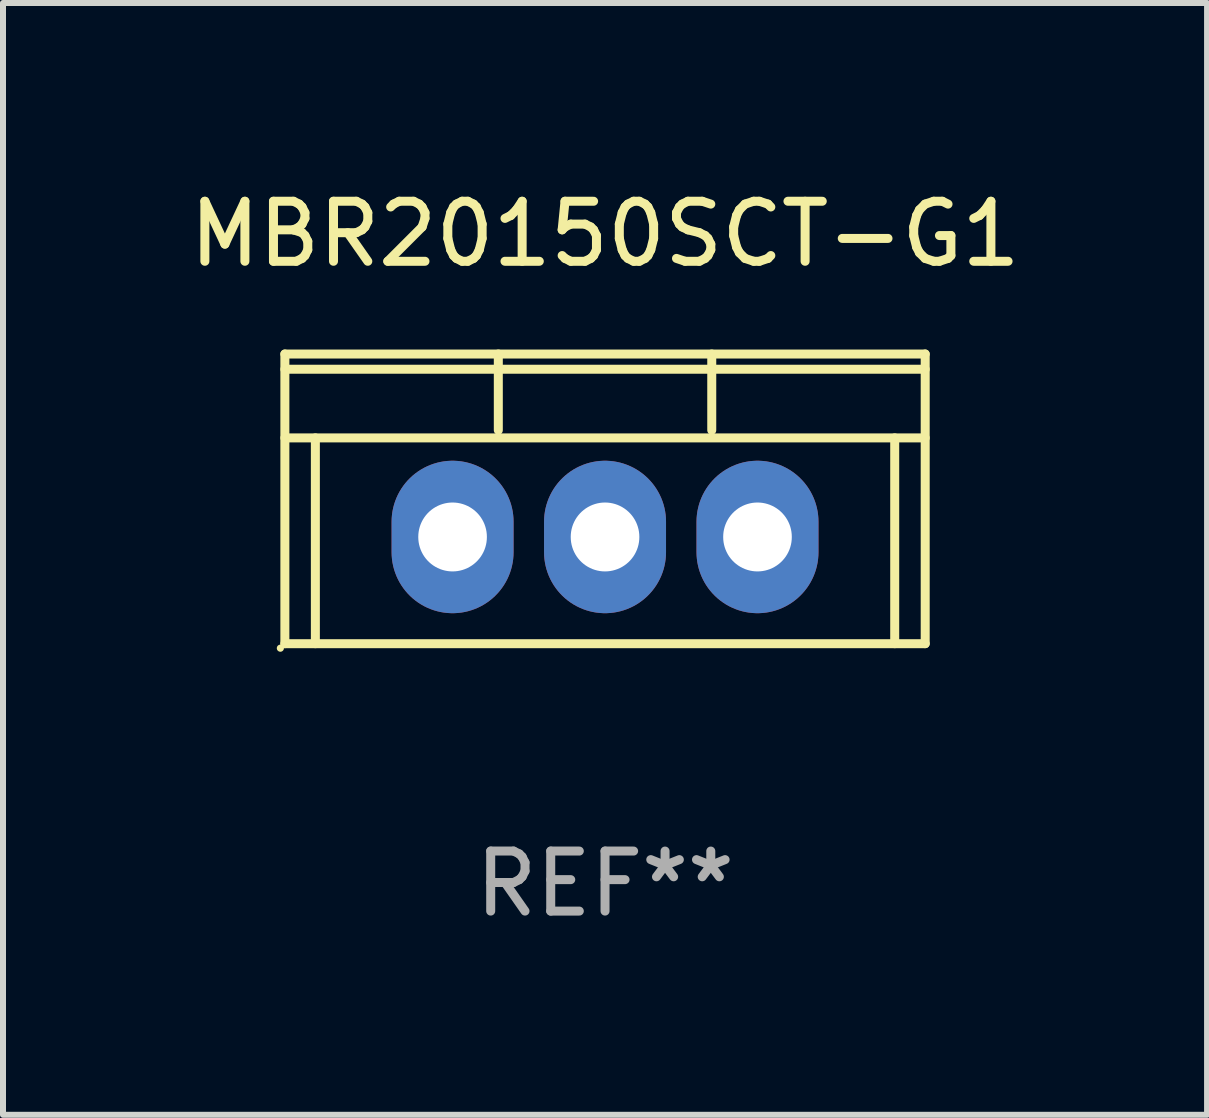
<source format=kicad_pcb>
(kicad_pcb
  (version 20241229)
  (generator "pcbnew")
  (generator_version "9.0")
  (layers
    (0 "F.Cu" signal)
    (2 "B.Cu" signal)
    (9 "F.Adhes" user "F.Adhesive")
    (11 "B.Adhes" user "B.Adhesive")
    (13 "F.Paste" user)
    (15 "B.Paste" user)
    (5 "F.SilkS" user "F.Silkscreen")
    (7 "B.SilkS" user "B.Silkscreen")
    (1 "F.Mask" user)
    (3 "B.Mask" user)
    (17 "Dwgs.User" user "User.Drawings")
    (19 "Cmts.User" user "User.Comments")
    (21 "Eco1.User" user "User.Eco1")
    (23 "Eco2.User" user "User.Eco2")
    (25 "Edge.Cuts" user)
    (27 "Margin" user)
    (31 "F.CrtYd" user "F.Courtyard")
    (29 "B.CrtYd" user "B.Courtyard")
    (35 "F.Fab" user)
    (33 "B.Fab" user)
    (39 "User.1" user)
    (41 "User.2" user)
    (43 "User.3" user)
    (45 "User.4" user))
  (footprint "MBR20150SCT-G1"
    (layer "F.Cu")
    (at 7.03 5.261)
    (property "Reference" "MBR20150SCT-G1" (at 0 -4.413 0) (layer "F.SilkS") (effects (font (size 1 1) (thickness 0.15))))
    (attr through_hole)
    (fp_line (start -5.334 -2.413) (end 5.334 -2.413) (stroke (width 0.15) (type solid)) (layer "F.SilkS"))
    (fp_line (start -5.334 -1.016) (end 5.334 -1.016) (stroke (width 0.15) (type solid)) (layer "F.SilkS"))
    (fp_line (start -5.334 2.413) (end -5.334 -2.413) (stroke (width 0.15) (type solid)) (layer "F.SilkS"))
    (fp_line (start -4.826 -1.016) (end -4.826 2.413) (stroke (width 0.15) (type solid)) (layer "F.SilkS"))
    (fp_line (start -1.778 -1.143) (end -1.778 -2.413) (stroke (width 0.15) (type solid)) (layer "F.SilkS"))
    (fp_line (start 1.778 -1.143) (end 1.778 -2.413) (stroke (width 0.15) (type solid)) (layer "F.SilkS"))
    (fp_line (start 4.826 -1.016) (end 4.826 2.413) (stroke (width 0.15) (type solid)) (layer "F.SilkS"))
    (fp_line (start 5.334 -2.413) (end 5.334 2.413) (stroke (width 0.15) (type solid)) (layer "F.SilkS"))
    (fp_line (start 5.334 -2.159) (end -5.334 -2.159) (stroke (width 0.15) (type solid)) (layer "F.SilkS"))
    (fp_line (start 5.334 2.413) (end -5.334 2.413) (stroke (width 0.15) (type solid)) (layer "F.SilkS"))
    (fp_circle (center -5.409 2.488) (end -5.379 2.488) (stroke (width 0.06) (type solid)) (fill no) (layer "F.SilkS"))
    (fp_text user "REF**" (at 0 6.413 0) (layer "F.Fab") (effects (font (size 1 1) (thickness 0.15))))
    (pad "1" thru_hole oval (at -2.54 0.635) (size 2.032 2.54) (drill oval 1.143 1.148) (layers "*.Cu" "*.Mask"))
    (pad "2" thru_hole oval (at 0 0.635) (size 2.032 2.54) (drill oval 1.143 1.148) (layers "*.Cu" "*.Mask"))
    (pad "3" thru_hole oval (at 2.54 0.635) (size 2.032 2.54) (drill oval 1.143 1.148) (layers "*.Cu" "*.Mask")))
  (gr_rect
    (start -3 -3)
    (end 17.06 15.523)
    (stroke (width 0.1) (type default))
    (fill no)
    (layer "Edge.Cuts")))
</source>
